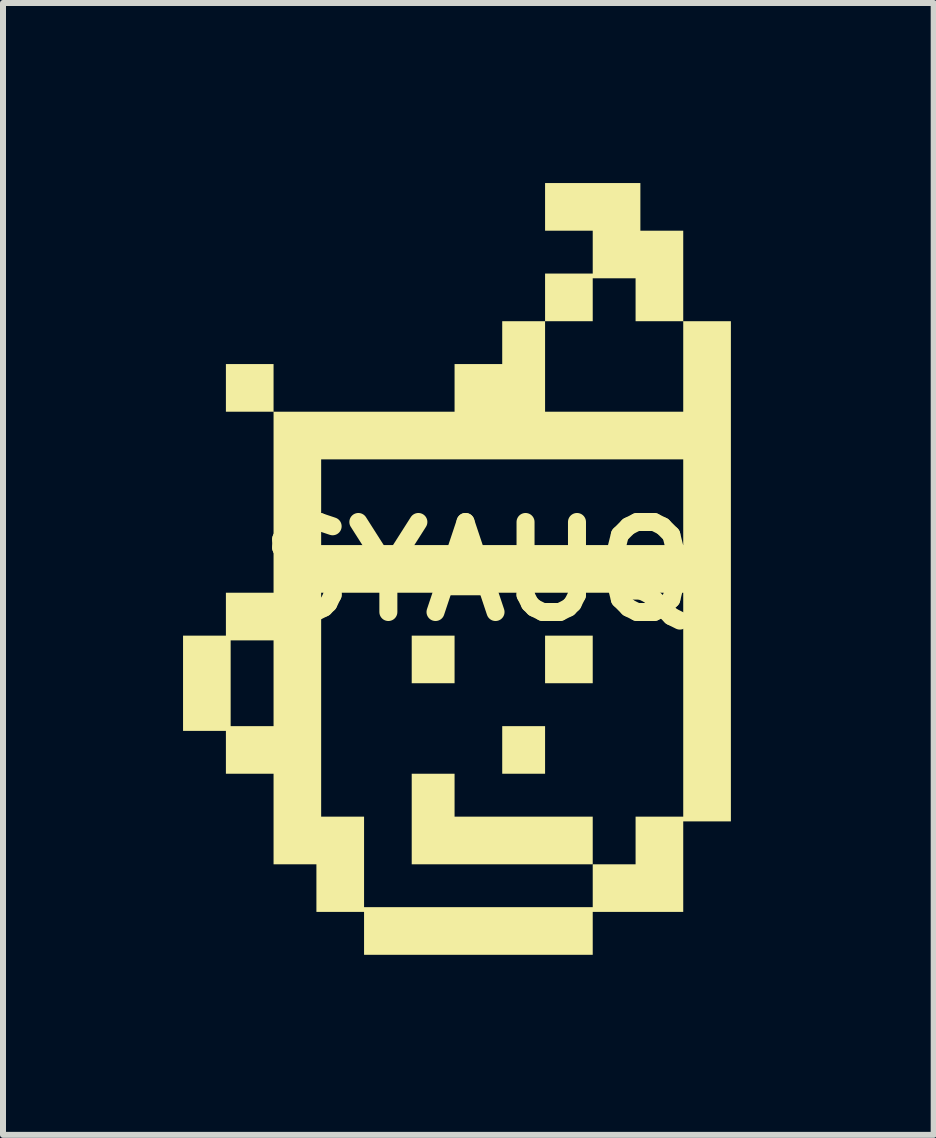
<source format=kicad_pcb>
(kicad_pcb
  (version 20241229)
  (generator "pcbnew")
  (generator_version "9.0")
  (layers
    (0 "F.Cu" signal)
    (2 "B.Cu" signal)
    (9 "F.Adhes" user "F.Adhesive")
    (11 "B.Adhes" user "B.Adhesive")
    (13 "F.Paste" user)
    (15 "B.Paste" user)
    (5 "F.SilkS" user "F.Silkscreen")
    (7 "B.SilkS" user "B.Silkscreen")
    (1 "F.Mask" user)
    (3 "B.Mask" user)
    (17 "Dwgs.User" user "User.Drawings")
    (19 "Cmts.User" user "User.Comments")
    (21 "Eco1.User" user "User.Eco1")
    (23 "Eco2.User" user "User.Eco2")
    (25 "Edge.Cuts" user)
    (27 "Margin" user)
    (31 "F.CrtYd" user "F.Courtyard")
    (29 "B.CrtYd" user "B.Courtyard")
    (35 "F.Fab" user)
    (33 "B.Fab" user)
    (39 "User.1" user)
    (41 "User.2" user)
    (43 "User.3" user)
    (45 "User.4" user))
  (footprint "SYAUQI"
    (layer "F.Cu")
    (at 5.278 6.469)
    (property "Reference" "SYAUQI" (at 0 0 0) (layer "F.SilkS") (effects (font (size 1.5 1.5) (thickness 0.3))))
    (attr board_only exclude_from_pos_files exclude_from_bom)
    (fp_poly (pts (xy -0.754 1.468) (xy -0.754 1.865) (xy -1.111 1.865) (xy -1.468 1.865) (xy -1.468 1.468) (xy -1.468 1.072) (xy -1.111 1.072) (xy -0.754 1.072)) (stroke (width 0) (type solid)) (fill yes) (layer "F.SilkS"))
    (fp_poly (pts (xy 0.754 2.977) (xy 0.754 3.373) (xy 0.397 3.373) (xy 0.04 3.373) (xy 0.04 2.977) (xy 0.04 2.58) (xy 0.397 2.58) (xy 0.754 2.58)) (stroke (width 0) (type solid)) (fill yes) (layer "F.SilkS"))
    (fp_poly (pts (xy 1.548 1.468) (xy 1.548 1.865) (xy 1.151 1.865) (xy 0.754 1.865) (xy 0.754 1.468) (xy 0.754 1.072) (xy 1.151 1.072) (xy 1.548 1.072)) (stroke (width 0) (type solid)) (fill yes) (layer "F.SilkS"))
    (fp_poly (pts (xy -0.754 3.731) (xy -0.754 4.088) (xy 0.397 4.088) (xy 1.548 4.088) (xy 1.548 4.485) (xy 1.548 4.882) (xy 0.04 4.882) (xy -1.468 4.882) (xy -1.468 4.127) (xy -1.468 3.373) (xy -1.111 3.373) (xy -0.754 3.373)) (stroke (width 0) (type solid)) (fill yes) (layer "F.SilkS"))
    (fp_poly (pts (xy 2.342 -6.072) (xy 2.342 -5.675) (xy 2.699 -5.675) (xy 3.056 -5.675) (xy 3.056 -4.921) (xy 3.056 -4.167) (xy 2.659 -4.167) (xy 2.262 -4.167) (xy 2.262 -4.524) (xy 2.262 -4.882) (xy 1.905 -4.882) (xy 1.548 -4.882) (xy 1.548 -4.524) (xy 1.548 -4.167) (xy 1.151 -4.167) (xy 0.754 -4.167) (xy 0.754 -3.413) (xy 0.754 -2.659) (xy 1.905 -2.659) (xy 3.056 -2.659) (xy 3.056 -3.413) (xy 3.056 -4.167) (xy 3.453 -4.167) (xy 3.85 -4.167) (xy 3.85 -0.000001) (xy 3.85 4.167) (xy 3.453 4.167) (xy 3.056 4.167) (xy 3.056 4.921) (xy 3.056 5.675) (xy 2.302 5.675) (xy 1.548 5.675) (xy 1.548 6.032) (xy 1.548 6.39) (xy -0.357 6.39) (xy -2.262 6.39) (xy -2.262 6.032) (xy -2.262 5.675) (xy -2.659 5.675) (xy -3.056 5.675) (xy -3.056 5.278) (xy -3.056 4.882) (xy -3.413 4.882) (xy -3.77 4.882) (xy -3.77 4.127) (xy -3.77 3.373) (xy -4.167 3.373) (xy -4.564 3.373) (xy -4.564 3.016) (xy -4.564 2.659) (xy -4.921 2.659) (xy -5.278 2.659) (xy -5.278 1.865) (xy -4.485 1.865) (xy -4.485 2.58) (xy -4.128 2.58) (xy -3.77 2.58) (xy -3.77 2.222) (xy -2.977 2.222) (xy -2.977 4.088) (xy -2.619 4.088) (xy -2.262 4.088) (xy -2.262 4.842) (xy -2.262 5.596) (xy -0.357 5.596) (xy 1.548 5.596) (xy 1.548 5.239) (xy 1.548 4.882) (xy 1.905 4.882) (xy 2.262 4.882) (xy 2.262 4.485) (xy 2.262 4.088) (xy 2.659 4.088) (xy 3.056 4.088) (xy 3.056 2.222) (xy 3.056 0.357) (xy 0.04 0.357) (xy -2.977 0.357) (xy -2.977 2.222) (xy -3.77 2.222) (xy -3.77 1.865) (xy -3.77 1.151) (xy -4.128 1.151) (xy -4.485 1.151) (xy -4.485 1.865) (xy -5.278 1.865) (xy -5.278 1.072) (xy -4.921 1.072) (xy -4.564 1.072) (xy -4.564 0.714) (xy -4.564 0.357) (xy -4.167 0.357) (xy -3.77 0.357) (xy -3.77 -1.151) (xy -2.977 -1.151) (xy -2.977 -0.437) (xy 0.04 -0.437) (xy 3.056 -0.437) (xy 3.056 -1.151) (xy 3.056 -1.865) (xy 0.04 -1.865) (xy -2.977 -1.865) (xy -2.977 -1.151) (xy -3.77 -1.151) (xy -3.77 -2.659) (xy -4.167 -2.659) (xy -4.564 -2.659) (xy -4.564 -3.056) (xy -4.564 -3.453) (xy -4.167 -3.453) (xy -3.77 -3.453) (xy -3.77 -3.056) (xy -3.77 -2.659) (xy -2.262 -2.659) (xy -0.754 -2.659) (xy -0.754 -3.056) (xy -0.754 -3.453) (xy -0.357 -3.453) (xy 0.04 -3.453) (xy 0.04 -3.81) (xy 0.04 -4.167) (xy 0.397 -4.167) (xy 0.754 -4.167) (xy 0.754 -4.564) (xy 0.754 -4.961) (xy 1.151 -4.961) (xy 1.548 -4.961) (xy 1.548 -5.318) (xy 1.548 -5.675) (xy 1.151 -5.675) (xy 0.754 -5.675) (xy 0.754 -6.072) (xy 0.754 -6.469) (xy 1.548 -6.469) (xy 2.342 -6.469)) (stroke (width 0) (type solid)) (fill yes) (layer "F.SilkS")))
  (gr_rect
    (start -3 -3)
    (end 12.507 15.859)
    (stroke (width 0.1) (type default))
    (fill no)
    (layer "Edge.Cuts")))
</source>
